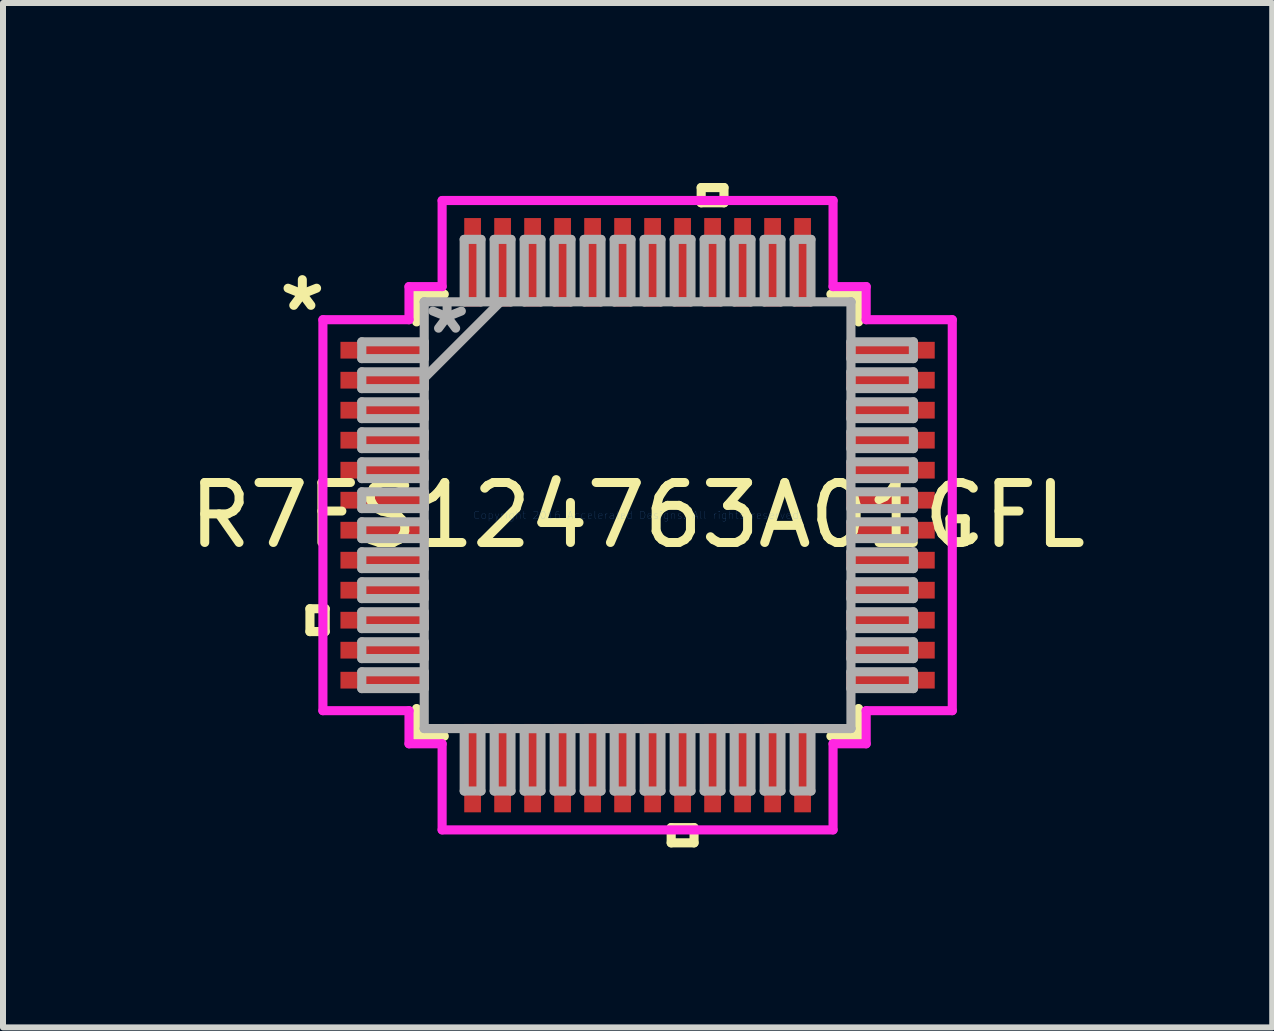
<source format=kicad_pcb>
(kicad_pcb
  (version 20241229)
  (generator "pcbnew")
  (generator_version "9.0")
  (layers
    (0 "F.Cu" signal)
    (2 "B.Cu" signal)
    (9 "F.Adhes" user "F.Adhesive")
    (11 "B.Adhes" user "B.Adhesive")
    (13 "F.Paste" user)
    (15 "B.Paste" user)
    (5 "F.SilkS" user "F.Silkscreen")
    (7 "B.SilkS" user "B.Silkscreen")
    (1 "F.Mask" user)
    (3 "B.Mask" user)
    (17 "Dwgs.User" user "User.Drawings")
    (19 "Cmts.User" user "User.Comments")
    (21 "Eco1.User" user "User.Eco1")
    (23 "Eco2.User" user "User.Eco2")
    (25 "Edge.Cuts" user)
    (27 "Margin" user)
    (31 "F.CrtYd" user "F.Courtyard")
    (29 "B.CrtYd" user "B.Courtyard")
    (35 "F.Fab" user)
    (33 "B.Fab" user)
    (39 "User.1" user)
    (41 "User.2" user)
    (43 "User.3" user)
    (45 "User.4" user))
  (footprint "R7FS124763A01CFL"
    (layer "F.Cu")
    (at 7.577 5.537)
    (property "Reference" "R7FS124763A01CFL" (at 0 0 0) (layer "F.SilkS") (effects (font (size 1 1) (thickness 0.15))))
    (attr through_hole)
    (fp_line (start -5.461 1.559) (end -5.461 1.94) (stroke (width 0.152) (type solid)) (layer "F.SilkS"))
    (fp_line (start -5.461 1.94) (end -5.207 1.94) (stroke (width 0.152) (type solid)) (layer "F.SilkS"))
    (fp_line (start -5.207 1.559) (end -5.461 1.559) (stroke (width 0.152) (type solid)) (layer "F.SilkS"))
    (fp_line (start -5.207 1.94) (end -5.207 1.559) (stroke (width 0.152) (type solid)) (layer "F.SilkS"))
    (fp_line (start -3.683 -3.683) (end -3.683 -3.222) (stroke (width 0.152) (type solid)) (layer "F.SilkS"))
    (fp_line (start -3.683 3.222) (end -3.683 3.683) (stroke (width 0.152) (type solid)) (layer "F.SilkS"))
    (fp_line (start -3.683 3.683) (end -3.222 3.683) (stroke (width 0.152) (type solid)) (layer "F.SilkS"))
    (fp_line (start -3.222 -3.683) (end -3.683 -3.683) (stroke (width 0.152) (type solid)) (layer "F.SilkS"))
    (fp_line (start 0.56 5.207) (end 0.56 5.461) (stroke (width 0.152) (type solid)) (layer "F.SilkS"))
    (fp_line (start 0.56 5.461) (end 0.941 5.461) (stroke (width 0.152) (type solid)) (layer "F.SilkS"))
    (fp_line (start 0.941 5.207) (end 0.56 5.207) (stroke (width 0.152) (type solid)) (layer "F.SilkS"))
    (fp_line (start 0.941 5.461) (end 0.941 5.207) (stroke (width 0.152) (type solid)) (layer "F.SilkS"))
    (fp_line (start 1.06 -5.461) (end 1.44 -5.461) (stroke (width 0.152) (type solid)) (layer "F.SilkS"))
    (fp_line (start 1.06 -5.207) (end 1.06 -5.461) (stroke (width 0.152) (type solid)) (layer "F.SilkS"))
    (fp_line (start 1.44 -5.461) (end 1.44 -5.207) (stroke (width 0.152) (type solid)) (layer "F.SilkS"))
    (fp_line (start 1.44 -5.207) (end 1.06 -5.207) (stroke (width 0.152) (type solid)) (layer "F.SilkS"))
    (fp_line (start 3.222 3.683) (end 3.683 3.683) (stroke (width 0.152) (type solid)) (layer "F.SilkS"))
    (fp_line (start 3.683 -3.683) (end 3.222 -3.683) (stroke (width 0.152) (type solid)) (layer "F.SilkS"))
    (fp_line (start 3.683 -3.222) (end 3.683 -3.683) (stroke (width 0.152) (type solid)) (layer "F.SilkS"))
    (fp_line (start 3.683 3.683) (end 3.683 3.222) (stroke (width 0.152) (type solid)) (layer "F.SilkS"))
    (fp_line (start 5.207 0.059) (end 5.461 0.059) (stroke (width 0.152) (type solid)) (layer "F.SilkS"))
    (fp_line (start 5.207 0.441) (end 5.207 0.059) (stroke (width 0.152) (type solid)) (layer "F.SilkS"))
    (fp_line (start 5.461 0.059) (end 5.461 0.441) (stroke (width 0.152) (type solid)) (layer "F.SilkS"))
    (fp_line (start 5.461 0.441) (end 5.207 0.441) (stroke (width 0.152) (type solid)) (layer "F.SilkS"))
    (fp_line (start -5.245 -3.258) (end -3.81 -3.258) (stroke (width 0.152) (type solid)) (layer "F.CrtYd"))
    (fp_line (start -5.245 3.258) (end -5.245 -3.258) (stroke (width 0.152) (type solid)) (layer "F.CrtYd"))
    (fp_line (start -3.81 -3.81) (end -3.258 -3.81) (stroke (width 0.152) (type solid)) (layer "F.CrtYd"))
    (fp_line (start -3.81 -3.258) (end -3.81 -3.81) (stroke (width 0.152) (type solid)) (layer "F.CrtYd"))
    (fp_line (start -3.81 3.258) (end -5.245 3.258) (stroke (width 0.152) (type solid)) (layer "F.CrtYd"))
    (fp_line (start -3.81 3.81) (end -3.81 3.258) (stroke (width 0.152) (type solid)) (layer "F.CrtYd"))
    (fp_line (start -3.258 -5.245) (end 3.258 -5.245) (stroke (width 0.152) (type solid)) (layer "F.CrtYd"))
    (fp_line (start -3.258 -3.81) (end -3.258 -5.245) (stroke (width 0.152) (type solid)) (layer "F.CrtYd"))
    (fp_line (start -3.258 3.81) (end -3.81 3.81) (stroke (width 0.152) (type solid)) (layer "F.CrtYd"))
    (fp_line (start -3.258 5.245) (end -3.258 3.81) (stroke (width 0.152) (type solid)) (layer "F.CrtYd"))
    (fp_line (start 3.258 -5.245) (end 3.258 -3.81) (stroke (width 0.152) (type solid)) (layer "F.CrtYd"))
    (fp_line (start 3.258 -3.81) (end 3.81 -3.81) (stroke (width 0.152) (type solid)) (layer "F.CrtYd"))
    (fp_line (start 3.258 3.81) (end 3.258 5.245) (stroke (width 0.152) (type solid)) (layer "F.CrtYd"))
    (fp_line (start 3.258 5.245) (end -3.258 5.245) (stroke (width 0.152) (type solid)) (layer "F.CrtYd"))
    (fp_line (start 3.81 -3.81) (end 3.81 -3.258) (stroke (width 0.152) (type solid)) (layer "F.CrtYd"))
    (fp_line (start 3.81 -3.258) (end 5.245 -3.258) (stroke (width 0.152) (type solid)) (layer "F.CrtYd"))
    (fp_line (start 3.81 3.258) (end 3.81 3.81) (stroke (width 0.152) (type solid)) (layer "F.CrtYd"))
    (fp_line (start 3.81 3.81) (end 3.258 3.81) (stroke (width 0.152) (type solid)) (layer "F.CrtYd"))
    (fp_line (start 5.245 -3.258) (end 5.245 3.258) (stroke (width 0.152) (type solid)) (layer "F.CrtYd"))
    (fp_line (start 5.245 3.258) (end 3.81 3.258) (stroke (width 0.152) (type solid)) (layer "F.CrtYd"))
    (fp_line (start -4.597 -2.89) (end -4.597 -2.61) (stroke (width 0.152) (type solid)) (layer "F.Fab"))
    (fp_line (start -4.597 -2.61) (end -3.556 -2.61) (stroke (width 0.152) (type solid)) (layer "F.Fab"))
    (fp_line (start -4.597 -2.39) (end -4.597 -2.11) (stroke (width 0.152) (type solid)) (layer "F.Fab"))
    (fp_line (start -4.597 -2.11) (end -3.556 -2.11) (stroke (width 0.152) (type solid)) (layer "F.Fab"))
    (fp_line (start -4.597 -1.89) (end -4.597 -1.61) (stroke (width 0.152) (type solid)) (layer "F.Fab"))
    (fp_line (start -4.597 -1.61) (end -3.556 -1.61) (stroke (width 0.152) (type solid)) (layer "F.Fab"))
    (fp_line (start -4.597 -1.39) (end -4.597 -1.11) (stroke (width 0.152) (type solid)) (layer "F.Fab"))
    (fp_line (start -4.597 -1.11) (end -3.556 -1.11) (stroke (width 0.152) (type solid)) (layer "F.Fab"))
    (fp_line (start -4.597 -0.89) (end -4.597 -0.61) (stroke (width 0.152) (type solid)) (layer "F.Fab"))
    (fp_line (start -4.597 -0.61) (end -3.556 -0.61) (stroke (width 0.152) (type solid)) (layer "F.Fab"))
    (fp_line (start -4.597 -0.39) (end -4.597 -0.11) (stroke (width 0.152) (type solid)) (layer "F.Fab"))
    (fp_line (start -4.597 -0.11) (end -3.556 -0.11) (stroke (width 0.152) (type solid)) (layer "F.Fab"))
    (fp_line (start -4.597 0.11) (end -4.597 0.39) (stroke (width 0.152) (type solid)) (layer "F.Fab"))
    (fp_line (start -4.597 0.39) (end -3.556 0.39) (stroke (width 0.152) (type solid)) (layer "F.Fab"))
    (fp_line (start -4.597 0.61) (end -4.597 0.89) (stroke (width 0.152) (type solid)) (layer "F.Fab"))
    (fp_line (start -4.597 0.89) (end -3.556 0.89) (stroke (width 0.152) (type solid)) (layer "F.Fab"))
    (fp_line (start -4.597 1.11) (end -4.597 1.39) (stroke (width 0.152) (type solid)) (layer "F.Fab"))
    (fp_line (start -4.597 1.39) (end -3.556 1.39) (stroke (width 0.152) (type solid)) (layer "F.Fab"))
    (fp_line (start -4.597 1.61) (end -4.597 1.89) (stroke (width 0.152) (type solid)) (layer "F.Fab"))
    (fp_line (start -4.597 1.89) (end -3.556 1.89) (stroke (width 0.152) (type solid)) (layer "F.Fab"))
    (fp_line (start -4.597 2.11) (end -4.597 2.39) (stroke (width 0.152) (type solid)) (layer "F.Fab"))
    (fp_line (start -4.597 2.39) (end -3.556 2.39) (stroke (width 0.152) (type solid)) (layer "F.Fab"))
    (fp_line (start -4.597 2.61) (end -4.597 2.89) (stroke (width 0.152) (type solid)) (layer "F.Fab"))
    (fp_line (start -4.597 2.89) (end -3.556 2.89) (stroke (width 0.152) (type solid)) (layer "F.Fab"))
    (fp_line (start -3.556 -3.556) (end -3.556 -3.556) (stroke (width 0.152) (type solid)) (layer "F.Fab"))
    (fp_line (start -3.556 -3.556) (end -3.556 3.556) (stroke (width 0.152) (type solid)) (layer "F.Fab"))
    (fp_line (start -3.556 -2.89) (end -4.597 -2.89) (stroke (width 0.152) (type solid)) (layer "F.Fab"))
    (fp_line (start -3.556 -2.61) (end -3.556 -2.89) (stroke (width 0.152) (type solid)) (layer "F.Fab"))
    (fp_line (start -3.556 -2.39) (end -4.597 -2.39) (stroke (width 0.152) (type solid)) (layer "F.Fab"))
    (fp_line (start -3.556 -2.286) (end -2.286 -3.556) (stroke (width 0.152) (type solid)) (layer "F.Fab"))
    (fp_line (start -3.556 -2.11) (end -3.556 -2.39) (stroke (width 0.152) (type solid)) (layer "F.Fab"))
    (fp_line (start -3.556 -1.89) (end -4.597 -1.89) (stroke (width 0.152) (type solid)) (layer "F.Fab"))
    (fp_line (start -3.556 -1.61) (end -3.556 -1.89) (stroke (width 0.152) (type solid)) (layer "F.Fab"))
    (fp_line (start -3.556 -1.39) (end -4.597 -1.39) (stroke (width 0.152) (type solid)) (layer "F.Fab"))
    (fp_line (start -3.556 -1.11) (end -3.556 -1.39) (stroke (width 0.152) (type solid)) (layer "F.Fab"))
    (fp_line (start -3.556 -0.89) (end -4.597 -0.89) (stroke (width 0.152) (type solid)) (layer "F.Fab"))
    (fp_line (start -3.556 -0.61) (end -3.556 -0.89) (stroke (width 0.152) (type solid)) (layer "F.Fab"))
    (fp_line (start -3.556 -0.39) (end -4.597 -0.39) (stroke (width 0.152) (type solid)) (layer "F.Fab"))
    (fp_line (start -3.556 -0.11) (end -3.556 -0.39) (stroke (width 0.152) (type solid)) (layer "F.Fab"))
    (fp_line (start -3.556 0.11) (end -4.597 0.11) (stroke (width 0.152) (type solid)) (layer "F.Fab"))
    (fp_line (start -3.556 0.39) (end -3.556 0.11) (stroke (width 0.152) (type solid)) (layer "F.Fab"))
    (fp_line (start -3.556 0.61) (end -4.597 0.61) (stroke (width 0.152) (type solid)) (layer "F.Fab"))
    (fp_line (start -3.556 0.89) (end -3.556 0.61) (stroke (width 0.152) (type solid)) (layer "F.Fab"))
    (fp_line (start -3.556 1.11) (end -4.597 1.11) (stroke (width 0.152) (type solid)) (layer "F.Fab"))
    (fp_line (start -3.556 1.39) (end -3.556 1.11) (stroke (width 0.152) (type solid)) (layer "F.Fab"))
    (fp_line (start -3.556 1.61) (end -4.597 1.61) (stroke (width 0.152) (type solid)) (layer "F.Fab"))
    (fp_line (start -3.556 1.89) (end -3.556 1.61) (stroke (width 0.152) (type solid)) (layer "F.Fab"))
    (fp_line (start -3.556 2.11) (end -4.597 2.11) (stroke (width 0.152) (type solid)) (layer "F.Fab"))
    (fp_line (start -3.556 2.39) (end -3.556 2.11) (stroke (width 0.152) (type solid)) (layer "F.Fab"))
    (fp_line (start -3.556 2.61) (end -4.597 2.61) (stroke (width 0.152) (type solid)) (layer "F.Fab"))
    (fp_line (start -3.556 2.89) (end -3.556 2.61) (stroke (width 0.152) (type solid)) (layer "F.Fab"))
    (fp_line (start -3.556 3.556) (end -3.556 3.556) (stroke (width 0.152) (type solid)) (layer "F.Fab"))
    (fp_line (start -3.556 3.556) (end 3.556 3.556) (stroke (width 0.152) (type solid)) (layer "F.Fab"))
    (fp_line (start -2.89 -4.597) (end -2.89 -3.556) (stroke (width 0.152) (type solid)) (layer "F.Fab"))
    (fp_line (start -2.89 -3.556) (end -2.61 -3.556) (stroke (width 0.152) (type solid)) (layer "F.Fab"))
    (fp_line (start -2.89 3.556) (end -2.89 4.597) (stroke (width 0.152) (type solid)) (layer "F.Fab"))
    (fp_line (start -2.89 4.597) (end -2.61 4.597) (stroke (width 0.152) (type solid)) (layer "F.Fab"))
    (fp_line (start -2.61 -4.597) (end -2.89 -4.597) (stroke (width 0.152) (type solid)) (layer "F.Fab"))
    (fp_line (start -2.61 -3.556) (end -2.61 -4.597) (stroke (width 0.152) (type solid)) (layer "F.Fab"))
    (fp_line (start -2.61 3.556) (end -2.89 3.556) (stroke (width 0.152) (type solid)) (layer "F.Fab"))
    (fp_line (start -2.61 4.597) (end -2.61 3.556) (stroke (width 0.152) (type solid)) (layer "F.Fab"))
    (fp_line (start -2.39 -4.597) (end -2.39 -3.556) (stroke (width 0.152) (type solid)) (layer "F.Fab"))
    (fp_line (start -2.39 -3.556) (end -2.11 -3.556) (stroke (width 0.152) (type solid)) (layer "F.Fab"))
    (fp_line (start -2.39 3.556) (end -2.39 4.597) (stroke (width 0.152) (type solid)) (layer "F.Fab"))
    (fp_line (start -2.39 4.597) (end -2.11 4.597) (stroke (width 0.152) (type solid)) (layer "F.Fab"))
    (fp_line (start -2.11 -4.597) (end -2.39 -4.597) (stroke (width 0.152) (type solid)) (layer "F.Fab"))
    (fp_line (start -2.11 -3.556) (end -2.11 -4.597) (stroke (width 0.152) (type solid)) (layer "F.Fab"))
    (fp_line (start -2.11 3.556) (end -2.39 3.556) (stroke (width 0.152) (type solid)) (layer "F.Fab"))
    (fp_line (start -2.11 4.597) (end -2.11 3.556) (stroke (width 0.152) (type solid)) (layer "F.Fab"))
    (fp_line (start -1.89 -4.597) (end -1.89 -3.556) (stroke (width 0.152) (type solid)) (layer "F.Fab"))
    (fp_line (start -1.89 -3.556) (end -1.61 -3.556) (stroke (width 0.152) (type solid)) (layer "F.Fab"))
    (fp_line (start -1.89 3.556) (end -1.89 4.597) (stroke (width 0.152) (type solid)) (layer "F.Fab"))
    (fp_line (start -1.89 4.597) (end -1.61 4.597) (stroke (width 0.152) (type solid)) (layer "F.Fab"))
    (fp_line (start -1.61 -4.597) (end -1.89 -4.597) (stroke (width 0.152) (type solid)) (layer "F.Fab"))
    (fp_line (start -1.61 -3.556) (end -1.61 -4.597) (stroke (width 0.152) (type solid)) (layer "F.Fab"))
    (fp_line (start -1.61 3.556) (end -1.89 3.556) (stroke (width 0.152) (type solid)) (layer "F.Fab"))
    (fp_line (start -1.61 4.597) (end -1.61 3.556) (stroke (width 0.152) (type solid)) (layer "F.Fab"))
    (fp_line (start -1.39 -4.597) (end -1.39 -3.556) (stroke (width 0.152) (type solid)) (layer "F.Fab"))
    (fp_line (start -1.39 -3.556) (end -1.11 -3.556) (stroke (width 0.152) (type solid)) (layer "F.Fab"))
    (fp_line (start -1.39 3.556) (end -1.39 4.597) (stroke (width 0.152) (type solid)) (layer "F.Fab"))
    (fp_line (start -1.39 4.597) (end -1.11 4.597) (stroke (width 0.152) (type solid)) (layer "F.Fab"))
    (fp_line (start -1.11 -4.597) (end -1.39 -4.597) (stroke (width 0.152) (type solid)) (layer "F.Fab"))
    (fp_line (start -1.11 -3.556) (end -1.11 -4.597) (stroke (width 0.152) (type solid)) (layer "F.Fab"))
    (fp_line (start -1.11 3.556) (end -1.39 3.556) (stroke (width 0.152) (type solid)) (layer "F.Fab"))
    (fp_line (start -1.11 4.597) (end -1.11 3.556) (stroke (width 0.152) (type solid)) (layer "F.Fab"))
    (fp_line (start -0.89 -4.597) (end -0.89 -3.556) (stroke (width 0.152) (type solid)) (layer "F.Fab"))
    (fp_line (start -0.89 -3.556) (end -0.61 -3.556) (stroke (width 0.152) (type solid)) (layer "F.Fab"))
    (fp_line (start -0.89 3.556) (end -0.89 4.597) (stroke (width 0.152) (type solid)) (layer "F.Fab"))
    (fp_line (start -0.89 4.597) (end -0.61 4.597) (stroke (width 0.152) (type solid)) (layer "F.Fab"))
    (fp_line (start -0.61 -4.597) (end -0.89 -4.597) (stroke (width 0.152) (type solid)) (layer "F.Fab"))
    (fp_line (start -0.61 -3.556) (end -0.61 -4.597) (stroke (width 0.152) (type solid)) (layer "F.Fab"))
    (fp_line (start -0.61 3.556) (end -0.89 3.556) (stroke (width 0.152) (type solid)) (layer "F.Fab"))
    (fp_line (start -0.61 4.597) (end -0.61 3.556) (stroke (width 0.152) (type solid)) (layer "F.Fab"))
    (fp_line (start -0.39 -4.597) (end -0.39 -3.556) (stroke (width 0.152) (type solid)) (layer "F.Fab"))
    (fp_line (start -0.39 -3.556) (end -0.11 -3.556) (stroke (width 0.152) (type solid)) (layer "F.Fab"))
    (fp_line (start -0.39 3.556) (end -0.39 4.597) (stroke (width 0.152) (type solid)) (layer "F.Fab"))
    (fp_line (start -0.39 4.597) (end -0.11 4.597) (stroke (width 0.152) (type solid)) (layer "F.Fab"))
    (fp_line (start -0.11 -4.597) (end -0.39 -4.597) (stroke (width 0.152) (type solid)) (layer "F.Fab"))
    (fp_line (start -0.11 -3.556) (end -0.11 -4.597) (stroke (width 0.152) (type solid)) (layer "F.Fab"))
    (fp_line (start -0.11 3.556) (end -0.39 3.556) (stroke (width 0.152) (type solid)) (layer "F.Fab"))
    (fp_line (start -0.11 4.597) (end -0.11 3.556) (stroke (width 0.152) (type solid)) (layer "F.Fab"))
    (fp_line (start 0.11 -4.597) (end 0.11 -3.556) (stroke (width 0.152) (type solid)) (layer "F.Fab"))
    (fp_line (start 0.11 -3.556) (end 0.39 -3.556) (stroke (width 0.152) (type solid)) (layer "F.Fab"))
    (fp_line (start 0.11 3.556) (end 0.11 4.597) (stroke (width 0.152) (type solid)) (layer "F.Fab"))
    (fp_line (start 0.11 4.597) (end 0.39 4.597) (stroke (width 0.152) (type solid)) (layer "F.Fab"))
    (fp_line (start 0.39 -4.597) (end 0.11 -4.597) (stroke (width 0.152) (type solid)) (layer "F.Fab"))
    (fp_line (start 0.39 -3.556) (end 0.39 -4.597) (stroke (width 0.152) (type solid)) (layer "F.Fab"))
    (fp_line (start 0.39 3.556) (end 0.11 3.556) (stroke (width 0.152) (type solid)) (layer "F.Fab"))
    (fp_line (start 0.39 4.597) (end 0.39 3.556) (stroke (width 0.152) (type solid)) (layer "F.Fab"))
    (fp_line (start 0.61 -4.597) (end 0.61 -3.556) (stroke (width 0.152) (type solid)) (layer "F.Fab"))
    (fp_line (start 0.61 -3.556) (end 0.89 -3.556) (stroke (width 0.152) (type solid)) (layer "F.Fab"))
    (fp_line (start 0.61 3.556) (end 0.61 4.597) (stroke (width 0.152) (type solid)) (layer "F.Fab"))
    (fp_line (start 0.61 4.597) (end 0.89 4.597) (stroke (width 0.152) (type solid)) (layer "F.Fab"))
    (fp_line (start 0.89 -4.597) (end 0.61 -4.597) (stroke (width 0.152) (type solid)) (layer "F.Fab"))
    (fp_line (start 0.89 -3.556) (end 0.89 -4.597) (stroke (width 0.152) (type solid)) (layer "F.Fab"))
    (fp_line (start 0.89 3.556) (end 0.61 3.556) (stroke (width 0.152) (type solid)) (layer "F.Fab"))
    (fp_line (start 0.89 4.597) (end 0.89 3.556) (stroke (width 0.152) (type solid)) (layer "F.Fab"))
    (fp_line (start 1.11 -4.597) (end 1.11 -3.556) (stroke (width 0.152) (type solid)) (layer "F.Fab"))
    (fp_line (start 1.11 -3.556) (end 1.39 -3.556) (stroke (width 0.152) (type solid)) (layer "F.Fab"))
    (fp_line (start 1.11 3.556) (end 1.11 4.597) (stroke (width 0.152) (type solid)) (layer "F.Fab"))
    (fp_line (start 1.11 4.597) (end 1.39 4.597) (stroke (width 0.152) (type solid)) (layer "F.Fab"))
    (fp_line (start 1.39 -4.597) (end 1.11 -4.597) (stroke (width 0.152) (type solid)) (layer "F.Fab"))
    (fp_line (start 1.39 -3.556) (end 1.39 -4.597) (stroke (width 0.152) (type solid)) (layer "F.Fab"))
    (fp_line (start 1.39 3.556) (end 1.11 3.556) (stroke (width 0.152) (type solid)) (layer "F.Fab"))
    (fp_line (start 1.39 4.597) (end 1.39 3.556) (stroke (width 0.152) (type solid)) (layer "F.Fab"))
    (fp_line (start 1.61 -4.597) (end 1.61 -3.556) (stroke (width 0.152) (type solid)) (layer "F.Fab"))
    (fp_line (start 1.61 -3.556) (end 1.89 -3.556) (stroke (width 0.152) (type solid)) (layer "F.Fab"))
    (fp_line (start 1.61 3.556) (end 1.61 4.597) (stroke (width 0.152) (type solid)) (layer "F.Fab"))
    (fp_line (start 1.61 4.597) (end 1.89 4.597) (stroke (width 0.152) (type solid)) (layer "F.Fab"))
    (fp_line (start 1.89 -4.597) (end 1.61 -4.597) (stroke (width 0.152) (type solid)) (layer "F.Fab"))
    (fp_line (start 1.89 -3.556) (end 1.89 -4.597) (stroke (width 0.152) (type solid)) (layer "F.Fab"))
    (fp_line (start 1.89 3.556) (end 1.61 3.556) (stroke (width 0.152) (type solid)) (layer "F.Fab"))
    (fp_line (start 1.89 4.597) (end 1.89 3.556) (stroke (width 0.152) (type solid)) (layer "F.Fab"))
    (fp_line (start 2.11 -4.597) (end 2.11 -3.556) (stroke (width 0.152) (type solid)) (layer "F.Fab"))
    (fp_line (start 2.11 -3.556) (end 2.39 -3.556) (stroke (width 0.152) (type solid)) (layer "F.Fab"))
    (fp_line (start 2.11 3.556) (end 2.11 4.597) (stroke (width 0.152) (type solid)) (layer "F.Fab"))
    (fp_line (start 2.11 4.597) (end 2.39 4.597) (stroke (width 0.152) (type solid)) (layer "F.Fab"))
    (fp_line (start 2.39 -4.597) (end 2.11 -4.597) (stroke (width 0.152) (type solid)) (layer "F.Fab"))
    (fp_line (start 2.39 -3.556) (end 2.39 -4.597) (stroke (width 0.152) (type solid)) (layer "F.Fab"))
    (fp_line (start 2.39 3.556) (end 2.11 3.556) (stroke (width 0.152) (type solid)) (layer "F.Fab"))
    (fp_line (start 2.39 4.597) (end 2.39 3.556) (stroke (width 0.152) (type solid)) (layer "F.Fab"))
    (fp_line (start 2.61 -4.597) (end 2.61 -3.556) (stroke (width 0.152) (type solid)) (layer "F.Fab"))
    (fp_line (start 2.61 -3.556) (end 2.89 -3.556) (stroke (width 0.152) (type solid)) (layer "F.Fab"))
    (fp_line (start 2.61 3.556) (end 2.61 4.597) (stroke (width 0.152) (type solid)) (layer "F.Fab"))
    (fp_line (start 2.61 4.597) (end 2.89 4.597) (stroke (width 0.152) (type solid)) (layer "F.Fab"))
    (fp_line (start 2.89 -4.597) (end 2.61 -4.597) (stroke (width 0.152) (type solid)) (layer "F.Fab"))
    (fp_line (start 2.89 -3.556) (end 2.89 -4.597) (stroke (width 0.152) (type solid)) (layer "F.Fab"))
    (fp_line (start 2.89 3.556) (end 2.61 3.556) (stroke (width 0.152) (type solid)) (layer "F.Fab"))
    (fp_line (start 2.89 4.597) (end 2.89 3.556) (stroke (width 0.152) (type solid)) (layer "F.Fab"))
    (fp_line (start 3.556 -3.556) (end -3.556 -3.556) (stroke (width 0.152) (type solid)) (layer "F.Fab"))
    (fp_line (start 3.556 -3.556) (end 3.556 -3.556) (stroke (width 0.152) (type solid)) (layer "F.Fab"))
    (fp_line (start 3.556 -2.89) (end 3.556 -2.61) (stroke (width 0.152) (type solid)) (layer "F.Fab"))
    (fp_line (start 3.556 -2.61) (end 4.597 -2.61) (stroke (width 0.152) (type solid)) (layer "F.Fab"))
    (fp_line (start 3.556 -2.39) (end 3.556 -2.11) (stroke (width 0.152) (type solid)) (layer "F.Fab"))
    (fp_line (start 3.556 -2.11) (end 4.597 -2.11) (stroke (width 0.152) (type solid)) (layer "F.Fab"))
    (fp_line (start 3.556 -1.89) (end 3.556 -1.61) (stroke (width 0.152) (type solid)) (layer "F.Fab"))
    (fp_line (start 3.556 -1.61) (end 4.597 -1.61) (stroke (width 0.152) (type solid)) (layer "F.Fab"))
    (fp_line (start 3.556 -1.39) (end 3.556 -1.11) (stroke (width 0.152) (type solid)) (layer "F.Fab"))
    (fp_line (start 3.556 -1.11) (end 4.597 -1.11) (stroke (width 0.152) (type solid)) (layer "F.Fab"))
    (fp_line (start 3.556 -0.89) (end 3.556 -0.61) (stroke (width 0.152) (type solid)) (layer "F.Fab"))
    (fp_line (start 3.556 -0.61) (end 4.597 -0.61) (stroke (width 0.152) (type solid)) (layer "F.Fab"))
    (fp_line (start 3.556 -0.39) (end 3.556 -0.11) (stroke (width 0.152) (type solid)) (layer "F.Fab"))
    (fp_line (start 3.556 -0.11) (end 4.597 -0.11) (stroke (width 0.152) (type solid)) (layer "F.Fab"))
    (fp_line (start 3.556 0.11) (end 3.556 0.39) (stroke (width 0.152) (type solid)) (layer "F.Fab"))
    (fp_line (start 3.556 0.39) (end 4.597 0.39) (stroke (width 0.152) (type solid)) (layer "F.Fab"))
    (fp_line (start 3.556 0.61) (end 3.556 0.89) (stroke (width 0.152) (type solid)) (layer "F.Fab"))
    (fp_line (start 3.556 0.89) (end 4.597 0.89) (stroke (width 0.152) (type solid)) (layer "F.Fab"))
    (fp_line (start 3.556 1.11) (end 3.556 1.39) (stroke (width 0.152) (type solid)) (layer "F.Fab"))
    (fp_line (start 3.556 1.39) (end 4.597 1.39) (stroke (width 0.152) (type solid)) (layer "F.Fab"))
    (fp_line (start 3.556 1.61) (end 3.556 1.89) (stroke (width 0.152) (type solid)) (layer "F.Fab"))
    (fp_line (start 3.556 1.89) (end 4.597 1.89) (stroke (width 0.152) (type solid)) (layer "F.Fab"))
    (fp_line (start 3.556 2.11) (end 3.556 2.39) (stroke (width 0.152) (type solid)) (layer "F.Fab"))
    (fp_line (start 3.556 2.39) (end 4.597 2.39) (stroke (width 0.152) (type solid)) (layer "F.Fab"))
    (fp_line (start 3.556 2.61) (end 3.556 2.89) (stroke (width 0.152) (type solid)) (layer "F.Fab"))
    (fp_line (start 3.556 2.89) (end 4.597 2.89) (stroke (width 0.152) (type solid)) (layer "F.Fab"))
    (fp_line (start 3.556 3.556) (end 3.556 -3.556) (stroke (width 0.152) (type solid)) (layer "F.Fab"))
    (fp_line (start 3.556 3.556) (end 3.556 3.556) (stroke (width 0.152) (type solid)) (layer "F.Fab"))
    (fp_line (start 4.597 -2.89) (end 3.556 -2.89) (stroke (width 0.152) (type solid)) (layer "F.Fab"))
    (fp_line (start 4.597 -2.61) (end 4.597 -2.89) (stroke (width 0.152) (type solid)) (layer "F.Fab"))
    (fp_line (start 4.597 -2.39) (end 3.556 -2.39) (stroke (width 0.152) (type solid)) (layer "F.Fab"))
    (fp_line (start 4.597 -2.11) (end 4.597 -2.39) (stroke (width 0.152) (type solid)) (layer "F.Fab"))
    (fp_line (start 4.597 -1.89) (end 3.556 -1.89) (stroke (width 0.152) (type solid)) (layer "F.Fab"))
    (fp_line (start 4.597 -1.61) (end 4.597 -1.89) (stroke (width 0.152) (type solid)) (layer "F.Fab"))
    (fp_line (start 4.597 -1.39) (end 3.556 -1.39) (stroke (width 0.152) (type solid)) (layer "F.Fab"))
    (fp_line (start 4.597 -1.11) (end 4.597 -1.39) (stroke (width 0.152) (type solid)) (layer "F.Fab"))
    (fp_line (start 4.597 -0.89) (end 3.556 -0.89) (stroke (width 0.152) (type solid)) (layer "F.Fab"))
    (fp_line (start 4.597 -0.61) (end 4.597 -0.89) (stroke (width 0.152) (type solid)) (layer "F.Fab"))
    (fp_line (start 4.597 -0.39) (end 3.556 -0.39) (stroke (width 0.152) (type solid)) (layer "F.Fab"))
    (fp_line (start 4.597 -0.11) (end 4.597 -0.39) (stroke (width 0.152) (type solid)) (layer "F.Fab"))
    (fp_line (start 4.597 0.11) (end 3.556 0.11) (stroke (width 0.152) (type solid)) (layer "F.Fab"))
    (fp_line (start 4.597 0.39) (end 4.597 0.11) (stroke (width 0.152) (type solid)) (layer "F.Fab"))
    (fp_line (start 4.597 0.61) (end 3.556 0.61) (stroke (width 0.152) (type solid)) (layer "F.Fab"))
    (fp_line (start 4.597 0.89) (end 4.597 0.61) (stroke (width 0.152) (type solid)) (layer "F.Fab"))
    (fp_line (start 4.597 1.11) (end 3.556 1.11) (stroke (width 0.152) (type solid)) (layer "F.Fab"))
    (fp_line (start 4.597 1.39) (end 4.597 1.11) (stroke (width 0.152) (type solid)) (layer "F.Fab"))
    (fp_line (start 4.597 1.61) (end 3.556 1.61) (stroke (width 0.152) (type solid)) (layer "F.Fab"))
    (fp_line (start 4.597 1.89) (end 4.597 1.61) (stroke (width 0.152) (type solid)) (layer "F.Fab"))
    (fp_line (start 4.597 2.11) (end 3.556 2.11) (stroke (width 0.152) (type solid)) (layer "F.Fab"))
    (fp_line (start 4.597 2.39) (end 4.597 2.11) (stroke (width 0.152) (type solid)) (layer "F.Fab"))
    (fp_line (start 4.597 2.61) (end 3.556 2.61) (stroke (width 0.152) (type solid)) (layer "F.Fab"))
    (fp_line (start 4.597 2.89) (end 4.597 2.61) (stroke (width 0.152) (type solid)) (layer "F.Fab"))
    (fp_text user "*" (at -5.588 -3.381 0) (layer "F.SilkS") (effects (font (size 1 1) (thickness 0.15))))
    (fp_text user "Copyright 2016 Accelerated Designs. All rights reserved." (at 0 0 0) (layer "Cmts.User") (effects (font (size 0.127 0.127) (thickness 0.002))))
    (fp_text user "*" (at -3.175 -3 0) (layer "F.Fab") (effects (font (size 1 1) (thickness 0.15))))
    (pad "1" smd rect (at -4.216 -2.75 90) (size 0.279 1.473) (layers "F.Cu" "F.Mask" "F.Paste"))
    (pad "2" smd rect (at -4.216 -2.25 90) (size 0.279 1.473) (layers "F.Cu" "F.Mask" "F.Paste"))
    (pad "3" smd rect (at -4.216 -1.75 90) (size 0.279 1.473) (layers "F.Cu" "F.Mask" "F.Paste"))
    (pad "4" smd rect (at -4.216 -1.25 90) (size 0.279 1.473) (layers "F.Cu" "F.Mask" "F.Paste"))
    (pad "5" smd rect (at -4.216 -0.75 90) (size 0.279 1.473) (layers "F.Cu" "F.Mask" "F.Paste"))
    (pad "6" smd rect (at -4.216 -0.25 90) (size 0.279 1.473) (layers "F.Cu" "F.Mask" "F.Paste"))
    (pad "7" smd rect (at -4.216 0.25 90) (size 0.279 1.473) (layers "F.Cu" "F.Mask" "F.Paste"))
    (pad "8" smd rect (at -4.216 0.75 90) (size 0.279 1.473) (layers "F.Cu" "F.Mask" "F.Paste"))
    (pad "9" smd rect (at -4.216 1.25 90) (size 0.279 1.473) (layers "F.Cu" "F.Mask" "F.Paste"))
    (pad "10" smd rect (at -4.216 1.75 90) (size 0.279 1.473) (layers "F.Cu" "F.Mask" "F.Paste"))
    (pad "11" smd rect (at -4.216 2.25 90) (size 0.279 1.473) (layers "F.Cu" "F.Mask" "F.Paste"))
    (pad "12" smd rect (at -4.216 2.75 90) (size 0.279 1.473) (layers "F.Cu" "F.Mask" "F.Paste"))
    (pad "13" smd rect (at -2.75 4.216) (size 0.279 1.473) (layers "F.Cu" "F.Mask" "F.Paste"))
    (pad "14" smd rect (at -2.25 4.216) (size 0.279 1.473) (layers "F.Cu" "F.Mask" "F.Paste"))
    (pad "15" smd rect (at -1.75 4.216) (size 0.279 1.473) (layers "F.Cu" "F.Mask" "F.Paste"))
    (pad "16" smd rect (at -1.25 4.216) (size 0.279 1.473) (layers "F.Cu" "F.Mask" "F.Paste"))
    (pad "17" smd rect (at -0.75 4.216) (size 0.279 1.473) (layers "F.Cu" "F.Mask" "F.Paste"))
    (pad "18" smd rect (at -0.25 4.216) (size 0.279 1.473) (layers "F.Cu" "F.Mask" "F.Paste"))
    (pad "19" smd rect (at 0.25 4.216) (size 0.279 1.473) (layers "F.Cu" "F.Mask" "F.Paste"))
    (pad "20" smd rect (at 0.75 4.216) (size 0.279 1.473) (layers "F.Cu" "F.Mask" "F.Paste"))
    (pad "21" smd rect (at 1.25 4.216) (size 0.279 1.473) (layers "F.Cu" "F.Mask" "F.Paste"))
    (pad "22" smd rect (at 1.75 4.216) (size 0.279 1.473) (layers "F.Cu" "F.Mask" "F.Paste"))
    (pad "23" smd rect (at 2.25 4.216) (size 0.279 1.473) (layers "F.Cu" "F.Mask" "F.Paste"))
    (pad "24" smd rect (at 2.75 4.216) (size 0.279 1.473) (layers "F.Cu" "F.Mask" "F.Paste"))
    (pad "25" smd rect (at 4.216 2.75 90) (size 0.279 1.473) (layers "F.Cu" "F.Mask" "F.Paste"))
    (pad "26" smd rect (at 4.216 2.25 90) (size 0.279 1.473) (layers "F.Cu" "F.Mask" "F.Paste"))
    (pad "27" smd rect (at 4.216 1.75 90) (size 0.279 1.473) (layers "F.Cu" "F.Mask" "F.Paste"))
    (pad "28" smd rect (at 4.216 1.25 90) (size 0.279 1.473) (layers "F.Cu" "F.Mask" "F.Paste"))
    (pad "29" smd rect (at 4.216 0.75 90) (size 0.279 1.473) (layers "F.Cu" "F.Mask" "F.Paste"))
    (pad "30" smd rect (at 4.216 0.25 90) (size 0.279 1.473) (layers "F.Cu" "F.Mask" "F.Paste"))
    (pad "31" smd rect (at 4.216 -0.25 90) (size 0.279 1.473) (layers "F.Cu" "F.Mask" "F.Paste"))
    (pad "32" smd rect (at 4.216 -0.75 90) (size 0.279 1.473) (layers "F.Cu" "F.Mask" "F.Paste"))
    (pad "33" smd rect (at 4.216 -1.25 90) (size 0.279 1.473) (layers "F.Cu" "F.Mask" "F.Paste"))
    (pad "34" smd rect (at 4.216 -1.75 90) (size 0.279 1.473) (layers "F.Cu" "F.Mask" "F.Paste"))
    (pad "35" smd rect (at 4.216 -2.25 90) (size 0.279 1.473) (layers "F.Cu" "F.Mask" "F.Paste"))
    (pad "36" smd rect (at 4.216 -2.75 90) (size 0.279 1.473) (layers "F.Cu" "F.Mask" "F.Paste"))
    (pad "37" smd rect (at 2.75 -4.216) (size 0.279 1.473) (layers "F.Cu" "F.Mask" "F.Paste"))
    (pad "38" smd rect (at 2.25 -4.216) (size 0.279 1.473) (layers "F.Cu" "F.Mask" "F.Paste"))
    (pad "39" smd rect (at 1.75 -4.216) (size 0.279 1.473) (layers "F.Cu" "F.Mask" "F.Paste"))
    (pad "40" smd rect (at 1.25 -4.216) (size 0.279 1.473) (layers "F.Cu" "F.Mask" "F.Paste"))
    (pad "41" smd rect (at 0.75 -4.216) (size 0.279 1.473) (layers "F.Cu" "F.Mask" "F.Paste"))
    (pad "42" smd rect (at 0.25 -4.216) (size 0.279 1.473) (layers "F.Cu" "F.Mask" "F.Paste"))
    (pad "43" smd rect (at -0.25 -4.216) (size 0.279 1.473) (layers "F.Cu" "F.Mask" "F.Paste"))
    (pad "44" smd rect (at -0.75 -4.216) (size 0.279 1.473) (layers "F.Cu" "F.Mask" "F.Paste"))
    (pad "45" smd rect (at -1.25 -4.216) (size 0.279 1.473) (layers "F.Cu" "F.Mask" "F.Paste"))
    (pad "46" smd rect (at -1.75 -4.216) (size 0.279 1.473) (layers "F.Cu" "F.Mask" "F.Paste"))
    (pad "47" smd rect (at -2.25 -4.216) (size 0.279 1.473) (layers "F.Cu" "F.Mask" "F.Paste"))
    (pad "48" smd rect (at -2.75 -4.216) (size 0.279 1.473) (layers "F.Cu" "F.Mask" "F.Paste")))
  (gr_rect
    (start -3 -3)
    (end 18.155 14.074)
    (stroke (width 0.1) (type default))
    (fill no)
    (layer "Edge.Cuts")))
</source>
